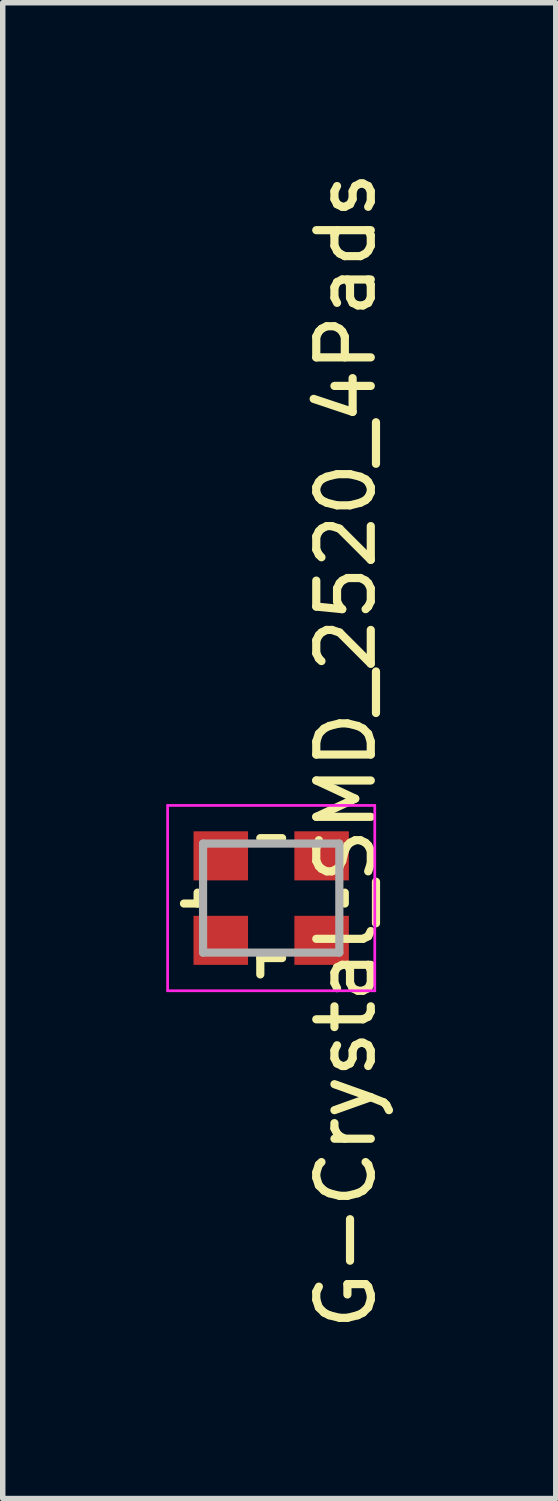
<source format=kicad_pcb>
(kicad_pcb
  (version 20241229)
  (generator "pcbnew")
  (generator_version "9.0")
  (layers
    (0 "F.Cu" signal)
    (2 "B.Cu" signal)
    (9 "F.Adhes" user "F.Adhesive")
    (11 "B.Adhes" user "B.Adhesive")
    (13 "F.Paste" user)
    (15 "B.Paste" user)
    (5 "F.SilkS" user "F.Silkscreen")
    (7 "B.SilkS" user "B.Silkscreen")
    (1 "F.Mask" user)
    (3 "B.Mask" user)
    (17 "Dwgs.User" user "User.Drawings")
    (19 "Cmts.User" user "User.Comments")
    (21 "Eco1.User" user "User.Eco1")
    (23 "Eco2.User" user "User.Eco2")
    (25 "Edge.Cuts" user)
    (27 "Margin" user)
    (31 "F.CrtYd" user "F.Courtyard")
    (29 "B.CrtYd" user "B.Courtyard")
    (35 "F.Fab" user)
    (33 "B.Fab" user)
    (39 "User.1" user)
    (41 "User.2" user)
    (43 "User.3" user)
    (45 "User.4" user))
  (footprint "G-Crystal_SMD_2520_4Pads"
    (layer "F.Cu")
    (at 1.925 13.425)
    (property "Reference" "G-Crystal_SMD_2520_4Pads" (at 1.372 -2.705 90) (layer "F.SilkS") (effects (font (size 1 1) (thickness 0.15))))
    (attr smd)
    (fp_line (start -1.35 0.1) (end -1.6 0.1) (stroke (width 0.15) (type solid)) (layer "F.SilkS"))
    (fp_line (start -1.35 0.1) (end -1.35 -0.1) (stroke (width 0.15) (type solid)) (layer "F.SilkS"))
    (fp_line (start -0.2 -1.1) (end 0.2 -1.1) (stroke (width 0.15) (type solid)) (layer "F.SilkS"))
    (fp_line (start -0.2 1.1) (end -0.2 1.4) (stroke (width 0.15) (type solid)) (layer "F.SilkS"))
    (fp_line (start 0.2 1.1) (end -0.2 1.1) (stroke (width 0.15) (type solid)) (layer "F.SilkS"))
    (fp_line (start 1.35 0.1) (end 1.35 -0.1) (stroke (width 0.15) (type solid)) (layer "F.SilkS"))
    (fp_line (start -1.9 -1.7) (end -1.9 1.7) (stroke (width 0.05) (type solid)) (layer "F.CrtYd"))
    (fp_line (start -1.9 1.7) (end 1.9 1.7) (stroke (width 0.05) (type solid)) (layer "F.CrtYd"))
    (fp_line (start 1.9 -1.7) (end -1.9 -1.7) (stroke (width 0.05) (type solid)) (layer "F.CrtYd"))
    (fp_line (start 1.9 1.7) (end 1.9 -1.7) (stroke (width 0.05) (type solid)) (layer "F.CrtYd"))
    (fp_line (start -1.25 -1) (end -1.25 1) (stroke (width 0.15) (type solid)) (layer "F.Fab"))
    (fp_line (start -1.25 1) (end 1.25 1) (stroke (width 0.15) (type solid)) (layer "F.Fab"))
    (fp_line (start 1.25 -1) (end -1.25 -1) (stroke (width 0.15) (type solid)) (layer "F.Fab"))
    (fp_line (start 1.25 1) (end 1.25 -1) (stroke (width 0.15) (type solid)) (layer "F.Fab"))
    (pad "1" smd rect (at -0.925 0.775) (size 1 0.9) (layers "F.Cu" "F.Mask" "F.Paste"))
    (pad "2" smd rect (at 0.925 -0.775) (size 1 0.9) (layers "F.Cu" "F.Mask" "F.Paste"))
    (pad "3" smd rect (at -0.925 -0.775) (size 1 0.9) (layers "F.Cu" "F.Mask" "F.Paste"))
    (pad "3" smd rect (at 0.925 0.775) (size 1 0.9) (layers "F.Cu" "F.Mask" "F.Paste")))
  (gr_rect
    (start -3 -3)
    (end 7.145 24.44)
    (stroke (width 0.1) (type default))
    (fill no)
    (layer "Edge.Cuts")))
</source>
